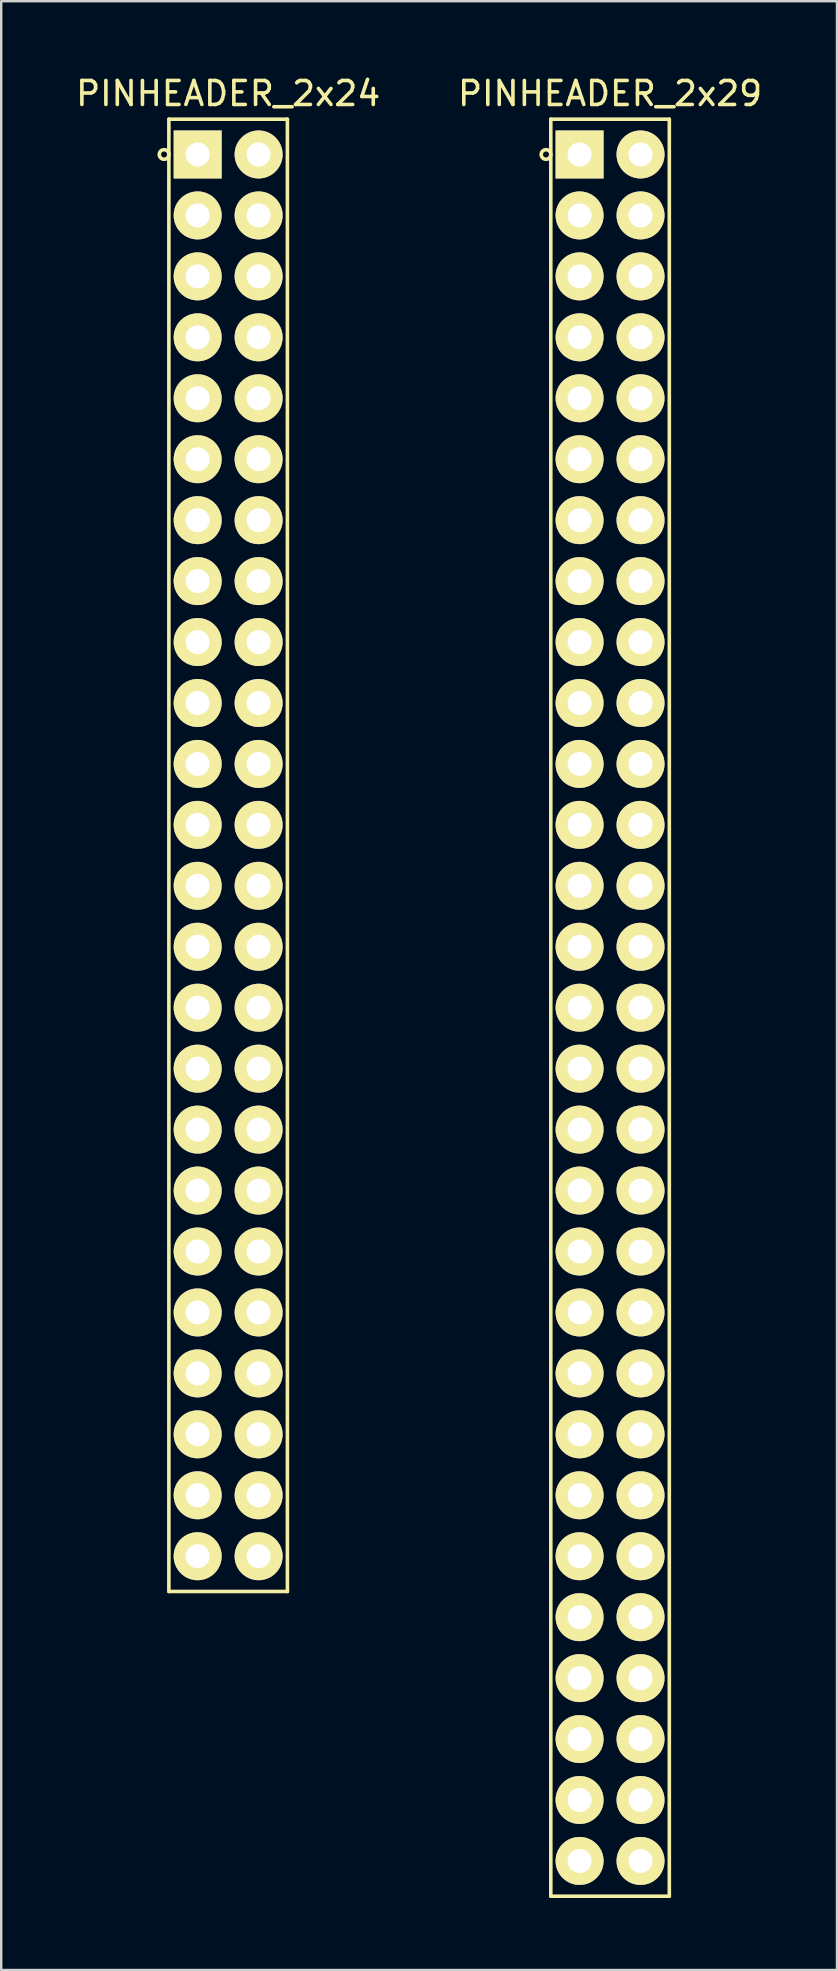
<source format=kicad_pcb>
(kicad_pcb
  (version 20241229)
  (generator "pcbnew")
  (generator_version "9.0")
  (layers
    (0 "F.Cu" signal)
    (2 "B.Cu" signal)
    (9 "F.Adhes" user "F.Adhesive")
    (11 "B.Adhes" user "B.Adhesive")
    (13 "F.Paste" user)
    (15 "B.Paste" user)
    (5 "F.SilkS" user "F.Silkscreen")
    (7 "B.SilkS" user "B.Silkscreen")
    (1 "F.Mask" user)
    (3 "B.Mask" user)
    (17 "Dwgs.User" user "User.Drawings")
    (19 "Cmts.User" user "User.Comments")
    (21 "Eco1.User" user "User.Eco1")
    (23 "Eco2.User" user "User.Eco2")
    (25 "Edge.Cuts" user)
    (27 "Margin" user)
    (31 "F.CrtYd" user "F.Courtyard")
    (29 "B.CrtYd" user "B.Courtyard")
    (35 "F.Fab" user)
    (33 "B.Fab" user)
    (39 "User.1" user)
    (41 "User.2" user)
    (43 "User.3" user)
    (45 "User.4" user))
  (footprint "PINHEADER_2x29"
    (layer "F.Cu")
    (at 21.105 3.388)
    (property "Reference" "PINHEADER_2x29" (at 1.27 -2.54 0) (layer "F.SilkS") (effects (font (size 1 1) (thickness 0.15))))
    (attr through_hole)
    (fp_line (start -1.2 -1.47) (end 3.74 -1.47) (stroke (width 0.15) (type solid)) (layer "F.SilkS"))
    (fp_line (start -1.2 72.59) (end -1.2 -1.47) (stroke (width 0.15) (type solid)) (layer "F.SilkS"))
    (fp_line (start 3.74 -1.47) (end 3.74 72.59) (stroke (width 0.15) (type solid)) (layer "F.SilkS"))
    (fp_line (start 3.74 72.59) (end -1.2 72.59) (stroke (width 0.15) (type solid)) (layer "F.SilkS"))
    (fp_circle (center -1.4 0) (end -1.4 0.2) (stroke (width 0.15) (type solid)) (fill no) (layer "F.SilkS"))
    (pad "1" thru_hole rect (at 0 0) (size 2 2) (drill 1) (layers "*.Cu" "*.Mask" "F.SilkS"))
    (pad "2" thru_hole circle (at 0 2.54) (size 2 2) (drill 1) (layers "*.Cu" "*.Mask" "F.SilkS"))
    (pad "3" thru_hole circle (at 0 5.08) (size 2 2) (drill 1) (layers "*.Cu" "*.Mask" "F.SilkS"))
    (pad "4" thru_hole circle (at 0 7.62) (size 2 2) (drill 1) (layers "*.Cu" "*.Mask" "F.SilkS"))
    (pad "5" thru_hole circle (at 0 10.16) (size 2 2) (drill 1) (layers "*.Cu" "*.Mask" "F.SilkS"))
    (pad "6" thru_hole circle (at 0 12.7) (size 2 2) (drill 1) (layers "*.Cu" "*.Mask" "F.SilkS"))
    (pad "7" thru_hole circle (at 0 15.24) (size 2 2) (drill 1) (layers "*.Cu" "*.Mask" "F.SilkS"))
    (pad "8" thru_hole circle (at 0 17.78) (size 2 2) (drill 1) (layers "*.Cu" "*.Mask" "F.SilkS"))
    (pad "9" thru_hole circle (at 0 20.32) (size 2 2) (drill 1) (layers "*.Cu" "*.Mask" "F.SilkS"))
    (pad "10" thru_hole circle (at 0 22.86) (size 2 2) (drill 1) (layers "*.Cu" "*.Mask" "F.SilkS"))
    (pad "11" thru_hole circle (at 0 25.4) (size 2 2) (drill 1) (layers "*.Cu" "*.Mask" "F.SilkS"))
    (pad "12" thru_hole circle (at 0 27.94) (size 2 2) (drill 1) (layers "*.Cu" "*.Mask" "F.SilkS"))
    (pad "13" thru_hole circle (at 0 30.48) (size 2 2) (drill 1) (layers "*.Cu" "*.Mask" "F.SilkS"))
    (pad "14" thru_hole circle (at 0 33.02) (size 2 2) (drill 1) (layers "*.Cu" "*.Mask" "F.SilkS"))
    (pad "15" thru_hole circle (at 0 35.56) (size 2 2) (drill 1) (layers "*.Cu" "*.Mask" "F.SilkS"))
    (pad "16" thru_hole circle (at 0 38.1) (size 2 2) (drill 1) (layers "*.Cu" "*.Mask" "F.SilkS"))
    (pad "17" thru_hole circle (at 0 40.64) (size 2 2) (drill 1) (layers "*.Cu" "*.Mask" "F.SilkS"))
    (pad "18" thru_hole circle (at 0 43.18) (size 2 2) (drill 1) (layers "*.Cu" "*.Mask" "F.SilkS"))
    (pad "19" thru_hole circle (at 0 45.72) (size 2 2) (drill 1) (layers "*.Cu" "*.Mask" "F.SilkS"))
    (pad "20" thru_hole circle (at 0 48.26) (size 2 2) (drill 1) (layers "*.Cu" "*.Mask" "F.SilkS"))
    (pad "21" thru_hole circle (at 0 50.8) (size 2 2) (drill 1) (layers "*.Cu" "*.Mask" "F.SilkS"))
    (pad "22" thru_hole circle (at 0 53.34) (size 2 2) (drill 1) (layers "*.Cu" "*.Mask" "F.SilkS"))
    (pad "23" thru_hole circle (at 0 55.88) (size 2 2) (drill 1) (layers "*.Cu" "*.Mask" "F.SilkS"))
    (pad "24" thru_hole circle (at 0 58.42) (size 2 2) (drill 1) (layers "*.Cu" "*.Mask" "F.SilkS"))
    (pad "25" thru_hole circle (at 0 60.96) (size 2 2) (drill 1) (layers "*.Cu" "*.Mask" "F.SilkS"))
    (pad "26" thru_hole circle (at 0 63.5) (size 2 2) (drill 1) (layers "*.Cu" "*.Mask" "F.SilkS"))
    (pad "27" thru_hole circle (at 0 66.04) (size 2 2) (drill 1) (layers "*.Cu" "*.Mask" "F.SilkS"))
    (pad "28" thru_hole circle (at 0 68.58) (size 2 2) (drill 1) (layers "*.Cu" "*.Mask" "F.SilkS"))
    (pad "29" thru_hole circle (at 0 71.12) (size 2 2) (drill 1) (layers "*.Cu" "*.Mask" "F.SilkS"))
    (pad "30" thru_hole circle (at 2.54 71.12) (size 2 2) (drill 1) (layers "*.Cu" "*.Mask" "F.SilkS"))
    (pad "31" thru_hole circle (at 2.54 68.58) (size 2 2) (drill 1) (layers "*.Cu" "*.Mask" "F.SilkS"))
    (pad "32" thru_hole circle (at 2.54 66.04) (size 2 2) (drill 1) (layers "*.Cu" "*.Mask" "F.SilkS"))
    (pad "33" thru_hole circle (at 2.54 63.5) (size 2 2) (drill 1) (layers "*.Cu" "*.Mask" "F.SilkS"))
    (pad "34" thru_hole circle (at 2.54 60.96) (size 2 2) (drill 1) (layers "*.Cu" "*.Mask" "F.SilkS"))
    (pad "35" thru_hole circle (at 2.54 58.42) (size 2 2) (drill 1) (layers "*.Cu" "*.Mask" "F.SilkS"))
    (pad "36" thru_hole circle (at 2.54 55.88) (size 2 2) (drill 1) (layers "*.Cu" "*.Mask" "F.SilkS"))
    (pad "37" thru_hole circle (at 2.54 53.34) (size 2 2) (drill 1) (layers "*.Cu" "*.Mask" "F.SilkS"))
    (pad "38" thru_hole circle (at 2.54 50.8) (size 2 2) (drill 1) (layers "*.Cu" "*.Mask" "F.SilkS"))
    (pad "39" thru_hole circle (at 2.54 48.26) (size 2 2) (drill 1) (layers "*.Cu" "*.Mask" "F.SilkS"))
    (pad "40" thru_hole circle (at 2.54 45.72) (size 2 2) (drill 1) (layers "*.Cu" "*.Mask" "F.SilkS"))
    (pad "41" thru_hole circle (at 2.54 43.18) (size 2 2) (drill 1) (layers "*.Cu" "*.Mask" "F.SilkS"))
    (pad "42" thru_hole circle (at 2.54 40.64) (size 2 2) (drill 1) (layers "*.Cu" "*.Mask" "F.SilkS"))
    (pad "43" thru_hole circle (at 2.54 38.1) (size 2 2) (drill 1) (layers "*.Cu" "*.Mask" "F.SilkS"))
    (pad "44" thru_hole circle (at 2.54 35.56) (size 2 2) (drill 1) (layers "*.Cu" "*.Mask" "F.SilkS"))
    (pad "45" thru_hole circle (at 2.54 33.02) (size 2 2) (drill 1) (layers "*.Cu" "*.Mask" "F.SilkS"))
    (pad "46" thru_hole circle (at 2.54 30.48) (size 2 2) (drill 1) (layers "*.Cu" "*.Mask" "F.SilkS"))
    (pad "47" thru_hole circle (at 2.54 27.94) (size 2 2) (drill 1) (layers "*.Cu" "*.Mask" "F.SilkS"))
    (pad "48" thru_hole circle (at 2.54 25.4) (size 2 2) (drill 1) (layers "*.Cu" "*.Mask" "F.SilkS"))
    (pad "49" thru_hole circle (at 2.54 22.86) (size 2 2) (drill 1) (layers "*.Cu" "*.Mask" "F.SilkS"))
    (pad "50" thru_hole circle (at 2.54 20.32) (size 2 2) (drill 1) (layers "*.Cu" "*.Mask" "F.SilkS"))
    (pad "51" thru_hole circle (at 2.54 17.78) (size 2 2) (drill 1) (layers "*.Cu" "*.Mask" "F.SilkS"))
    (pad "52" thru_hole circle (at 2.54 15.24) (size 2 2) (drill 1) (layers "*.Cu" "*.Mask" "F.SilkS"))
    (pad "53" thru_hole circle (at 2.54 12.7) (size 2 2) (drill 1) (layers "*.Cu" "*.Mask" "F.SilkS"))
    (pad "54" thru_hole circle (at 2.54 10.16) (size 2 2) (drill 1) (layers "*.Cu" "*.Mask" "F.SilkS"))
    (pad "55" thru_hole circle (at 2.54 7.62) (size 2 2) (drill 1) (layers "*.Cu" "*.Mask" "F.SilkS"))
    (pad "56" thru_hole circle (at 2.54 5.08) (size 2 2) (drill 1) (layers "*.Cu" "*.Mask" "F.SilkS"))
    (pad "57" thru_hole circle (at 2.54 2.54) (size 2 2) (drill 1) (layers "*.Cu" "*.Mask" "F.SilkS"))
    (pad "58" thru_hole circle (at 2.54 0) (size 2 2) (drill 1) (layers "*.Cu" "*.Mask" "F.SilkS")))
  (footprint "PINHEADER_2x24"
    (layer "F.Cu")
    (at 5.188 3.388)
    (property "Reference" "PINHEADER_2x24" (at 1.27 -2.54 0) (layer "F.SilkS") (effects (font (size 1 1) (thickness 0.15))))
    (attr through_hole)
    (fp_line (start -1.2 -1.47) (end 3.74 -1.47) (stroke (width 0.15) (type solid)) (layer "F.SilkS"))
    (fp_line (start -1.2 59.89) (end -1.2 -1.47) (stroke (width 0.15) (type solid)) (layer "F.SilkS"))
    (fp_line (start 3.74 -1.47) (end 3.74 59.89) (stroke (width 0.15) (type solid)) (layer "F.SilkS"))
    (fp_line (start 3.74 59.89) (end -1.2 59.89) (stroke (width 0.15) (type solid)) (layer "F.SilkS"))
    (fp_circle (center -1.4 0) (end -1.4 0.2) (stroke (width 0.15) (type solid)) (fill no) (layer "F.SilkS"))
    (pad "1" thru_hole rect (at 0 0) (size 2 2) (drill 1) (layers "*.Cu" "*.Mask" "F.SilkS"))
    (pad "2" thru_hole circle (at 0 2.54) (size 2 2) (drill 1) (layers "*.Cu" "*.Mask" "F.SilkS"))
    (pad "3" thru_hole circle (at 0 5.08) (size 2 2) (drill 1) (layers "*.Cu" "*.Mask" "F.SilkS"))
    (pad "4" thru_hole circle (at 0 7.62) (size 2 2) (drill 1) (layers "*.Cu" "*.Mask" "F.SilkS"))
    (pad "5" thru_hole circle (at 0 10.16) (size 2 2) (drill 1) (layers "*.Cu" "*.Mask" "F.SilkS"))
    (pad "6" thru_hole circle (at 0 12.7) (size 2 2) (drill 1) (layers "*.Cu" "*.Mask" "F.SilkS"))
    (pad "7" thru_hole circle (at 0 15.24) (size 2 2) (drill 1) (layers "*.Cu" "*.Mask" "F.SilkS"))
    (pad "8" thru_hole circle (at 0 17.78) (size 2 2) (drill 1) (layers "*.Cu" "*.Mask" "F.SilkS"))
    (pad "9" thru_hole circle (at 0 20.32) (size 2 2) (drill 1) (layers "*.Cu" "*.Mask" "F.SilkS"))
    (pad "10" thru_hole circle (at 0 22.86) (size 2 2) (drill 1) (layers "*.Cu" "*.Mask" "F.SilkS"))
    (pad "11" thru_hole circle (at 0 25.4) (size 2 2) (drill 1) (layers "*.Cu" "*.Mask" "F.SilkS"))
    (pad "12" thru_hole circle (at 0 27.94) (size 2 2) (drill 1) (layers "*.Cu" "*.Mask" "F.SilkS"))
    (pad "13" thru_hole circle (at 0 30.48) (size 2 2) (drill 1) (layers "*.Cu" "*.Mask" "F.SilkS"))
    (pad "14" thru_hole circle (at 0 33.02) (size 2 2) (drill 1) (layers "*.Cu" "*.Mask" "F.SilkS"))
    (pad "15" thru_hole circle (at 0 35.56) (size 2 2) (drill 1) (layers "*.Cu" "*.Mask" "F.SilkS"))
    (pad "16" thru_hole circle (at 0 38.1) (size 2 2) (drill 1) (layers "*.Cu" "*.Mask" "F.SilkS"))
    (pad "17" thru_hole circle (at 0 40.64) (size 2 2) (drill 1) (layers "*.Cu" "*.Mask" "F.SilkS"))
    (pad "18" thru_hole circle (at 0 43.18) (size 2 2) (drill 1) (layers "*.Cu" "*.Mask" "F.SilkS"))
    (pad "19" thru_hole circle (at 0 45.72) (size 2 2) (drill 1) (layers "*.Cu" "*.Mask" "F.SilkS"))
    (pad "20" thru_hole circle (at 0 48.26) (size 2 2) (drill 1) (layers "*.Cu" "*.Mask" "F.SilkS"))
    (pad "21" thru_hole circle (at 0 50.8) (size 2 2) (drill 1) (layers "*.Cu" "*.Mask" "F.SilkS"))
    (pad "22" thru_hole circle (at 0 53.34) (size 2 2) (drill 1) (layers "*.Cu" "*.Mask" "F.SilkS"))
    (pad "23" thru_hole circle (at 0 55.88) (size 2 2) (drill 1) (layers "*.Cu" "*.Mask" "F.SilkS"))
    (pad "24" thru_hole circle (at 0 58.42) (size 2 2) (drill 1) (layers "*.Cu" "*.Mask" "F.SilkS"))
    (pad "25" thru_hole circle (at 2.54 58.42) (size 2 2) (drill 1) (layers "*.Cu" "*.Mask" "F.SilkS"))
    (pad "26" thru_hole circle (at 2.54 55.88) (size 2 2) (drill 1) (layers "*.Cu" "*.Mask" "F.SilkS"))
    (pad "27" thru_hole circle (at 2.54 53.34) (size 2 2) (drill 1) (layers "*.Cu" "*.Mask" "F.SilkS"))
    (pad "28" thru_hole circle (at 2.54 50.8) (size 2 2) (drill 1) (layers "*.Cu" "*.Mask" "F.SilkS"))
    (pad "29" thru_hole circle (at 2.54 48.26) (size 2 2) (drill 1) (layers "*.Cu" "*.Mask" "F.SilkS"))
    (pad "30" thru_hole circle (at 2.54 45.72) (size 2 2) (drill 1) (layers "*.Cu" "*.Mask" "F.SilkS"))
    (pad "31" thru_hole circle (at 2.54 43.18) (size 2 2) (drill 1) (layers "*.Cu" "*.Mask" "F.SilkS"))
    (pad "32" thru_hole circle (at 2.54 40.64) (size 2 2) (drill 1) (layers "*.Cu" "*.Mask" "F.SilkS"))
    (pad "33" thru_hole circle (at 2.54 38.1) (size 2 2) (drill 1) (layers "*.Cu" "*.Mask" "F.SilkS"))
    (pad "34" thru_hole circle (at 2.54 35.56) (size 2 2) (drill 1) (layers "*.Cu" "*.Mask" "F.SilkS"))
    (pad "35" thru_hole circle (at 2.54 33.02) (size 2 2) (drill 1) (layers "*.Cu" "*.Mask" "F.SilkS"))
    (pad "36" thru_hole circle (at 2.54 30.48) (size 2 2) (drill 1) (layers "*.Cu" "*.Mask" "F.SilkS"))
    (pad "37" thru_hole circle (at 2.54 27.94) (size 2 2) (drill 1) (layers "*.Cu" "*.Mask" "F.SilkS"))
    (pad "38" thru_hole circle (at 2.54 25.4) (size 2 2) (drill 1) (layers "*.Cu" "*.Mask" "F.SilkS"))
    (pad "39" thru_hole circle (at 2.54 22.86) (size 2 2) (drill 1) (layers "*.Cu" "*.Mask" "F.SilkS"))
    (pad "40" thru_hole circle (at 2.54 20.32) (size 2 2) (drill 1) (layers "*.Cu" "*.Mask" "F.SilkS"))
    (pad "41" thru_hole circle (at 2.54 17.78) (size 2 2) (drill 1) (layers "*.Cu" "*.Mask" "F.SilkS"))
    (pad "42" thru_hole circle (at 2.54 15.24) (size 2 2) (drill 1) (layers "*.Cu" "*.Mask" "F.SilkS"))
    (pad "43" thru_hole circle (at 2.54 12.7) (size 2 2) (drill 1) (layers "*.Cu" "*.Mask" "F.SilkS"))
    (pad "44" thru_hole circle (at 2.54 10.16) (size 2 2) (drill 1) (layers "*.Cu" "*.Mask" "F.SilkS"))
    (pad "45" thru_hole circle (at 2.54 7.62) (size 2 2) (drill 1) (layers "*.Cu" "*.Mask" "F.SilkS"))
    (pad "46" thru_hole circle (at 2.54 5.08) (size 2 2) (drill 1) (layers "*.Cu" "*.Mask" "F.SilkS"))
    (pad "47" thru_hole circle (at 2.54 2.54) (size 2 2) (drill 1) (layers "*.Cu" "*.Mask" "F.SilkS"))
    (pad "48" thru_hole circle (at 2.54 0) (size 2 2) (drill 1) (layers "*.Cu" "*.Mask" "F.SilkS")))
  (gr_rect
    (start -3 -3)
    (end 31.833 79.053)
    (stroke (width 0.1) (type default))
    (fill no)
    (layer "Edge.Cuts")))
</source>
